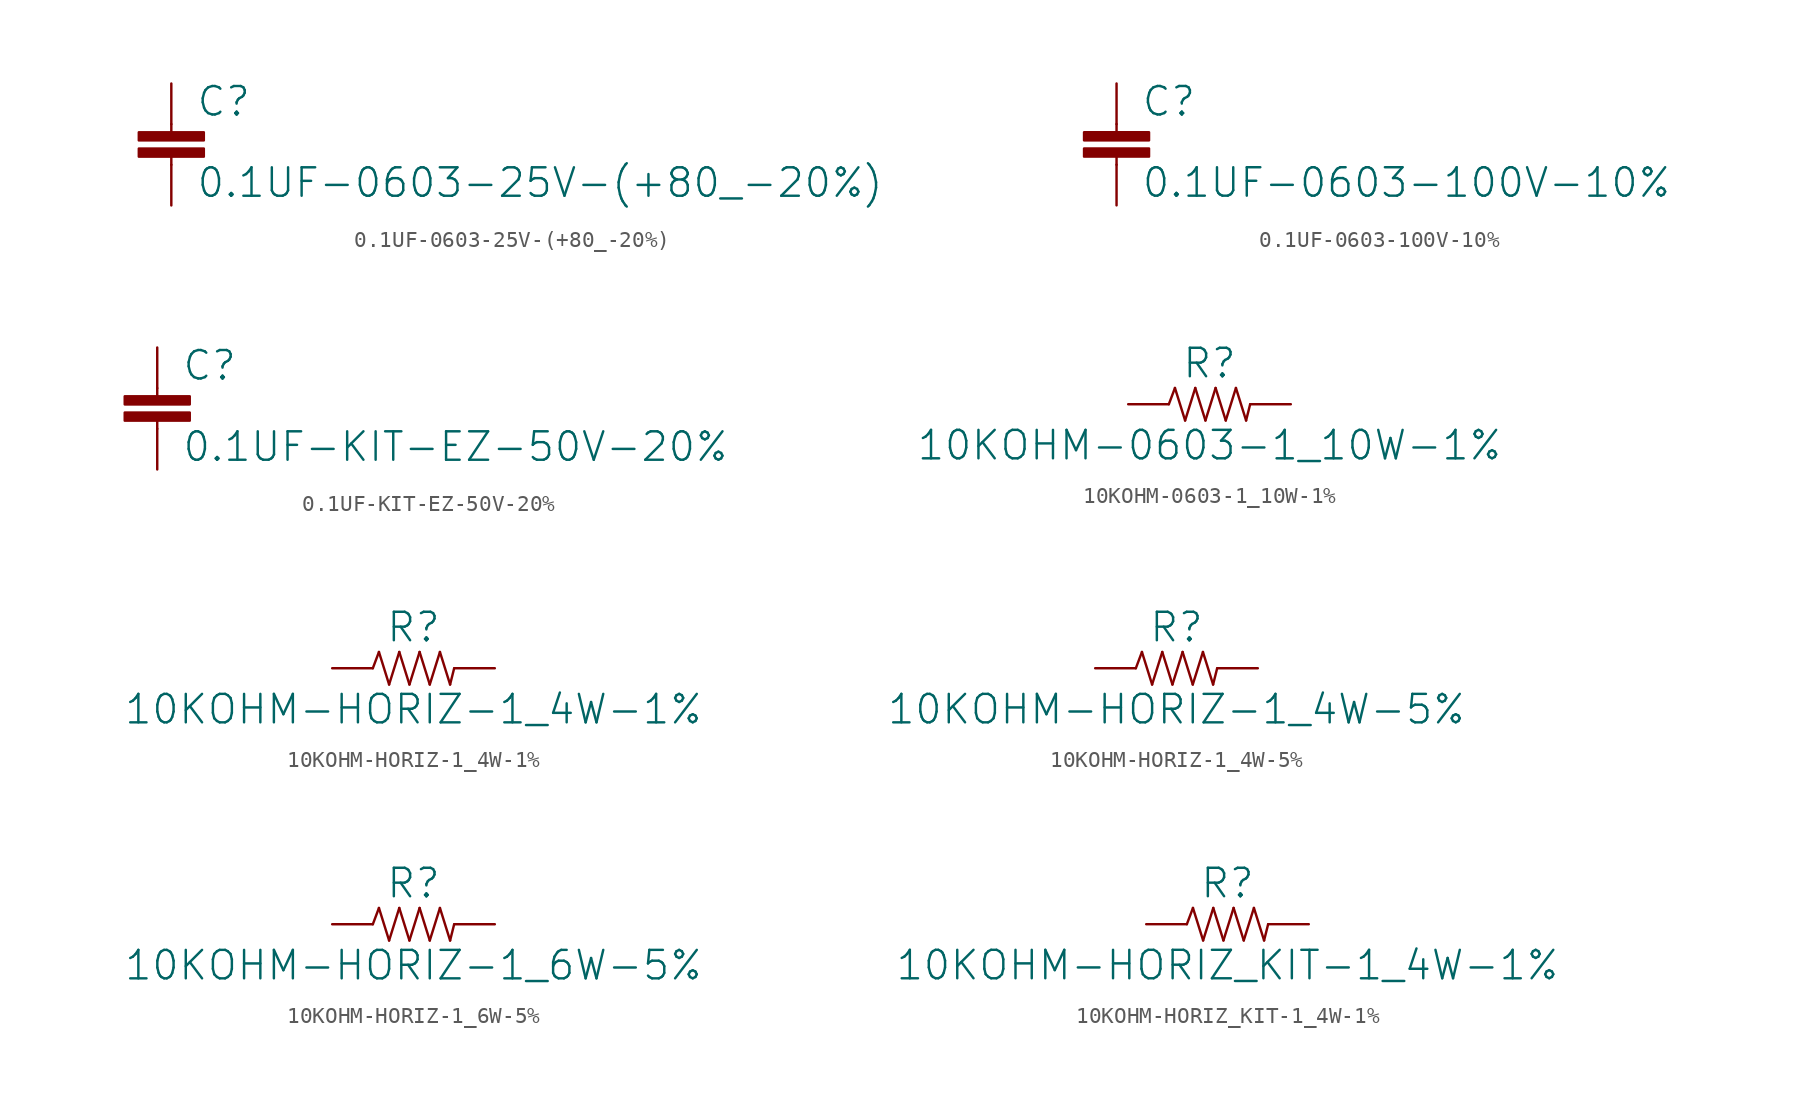
<source format=kicad_sym>
(kicad_symbol_lib
  (version 20211014)
  (generator kicad_symbol_editor)
  (symbol "0.1UF-0603-25V-(+80_-20%)"
    (pin_names
      (offset 1.016))
    (property "Reference" "C"
      (at 1.524 2.921 0)
      (effects (font (size 1.778 1.778)) (justify left bottom)))
    (property "Value" "0.1UF-0603-25V-(+80_-20%)"
      (at 1.524 -2.159 0)
      (effects (font (size 1.778 1.778)) (justify left bottom)))
    (property "ki_locked" ""
      (at 0 0 0)
      (effects (font (size 1.27 1.27))))
    (symbol "0.1UF-0603-25V-(+80_-20%)_1_0"
      (rectangle (start -2.032 0.508) (end 2.032 1.016) (stroke (width 0) (type default) (color 0 0 0 0)) (fill (type outline)))
      (rectangle (start -2.032 1.524) (end 2.032 2.032) (stroke (width 0) (type default) (color 0 0 0 0)) (fill (type outline)))
      (polyline (pts (xy 0 0) (xy 0 0.508)) (stroke (width 0) (type default) (color 0 0 0 0)) (fill (type none)))
      (polyline (pts (xy 0 2.54) (xy 0 2.032)) (stroke (width 0) (type default) (color 0 0 0 0)) (fill (type none)))
      (pin passive line (at 0 5.08 270) (length 2.54) (name "1" (effects (font (size 0 0)))) (number "1" (effects (font (size 0 0)))))
      (pin passive line (at 0 -2.54 90) (length 2.54) (name "2" (effects (font (size 0 0)))) (number "2" (effects (font (size 0 0)))))))
  (symbol "0.1UF-0603-100V-10%"
    (pin_names
      (offset 1.016))
    (property "Reference" "C"
      (at 1.524 2.921 0)
      (effects (font (size 1.778 1.778)) (justify left bottom)))
    (property "Value" "0.1UF-0603-100V-10%"
      (at 1.524 -2.159 0)
      (effects (font (size 1.778 1.778)) (justify left bottom)))
    (property "ki_locked" ""
      (at 0 0 0)
      (effects (font (size 1.27 1.27))))
    (symbol "0.1UF-0603-100V-10%_1_0"
      (rectangle (start -2.032 0.508) (end 2.032 1.016) (stroke (width 0) (type default) (color 0 0 0 0)) (fill (type outline)))
      (rectangle (start -2.032 1.524) (end 2.032 2.032) (stroke (width 0) (type default) (color 0 0 0 0)) (fill (type outline)))
      (polyline (pts (xy 0 0) (xy 0 0.508)) (stroke (width 0) (type default) (color 0 0 0 0)) (fill (type none)))
      (polyline (pts (xy 0 2.54) (xy 0 2.032)) (stroke (width 0) (type default) (color 0 0 0 0)) (fill (type none)))
      (pin passive line (at 0 5.08 270) (length 2.54) (name "1" (effects (font (size 0 0)))) (number "1" (effects (font (size 0 0)))))
      (pin passive line (at 0 -2.54 90) (length 2.54) (name "2" (effects (font (size 0 0)))) (number "2" (effects (font (size 0 0)))))))
  (symbol "0.1UF-KIT-EZ-50V-20%"
    (pin_names
      (offset 1.016))
    (property "Reference" "C"
      (at 1.524 2.921 0)
      (effects (font (size 1.778 1.778)) (justify left bottom)))
    (property "Value" "0.1UF-KIT-EZ-50V-20%"
      (at 1.524 -2.159 0)
      (effects (font (size 1.778 1.778)) (justify left bottom)))
    (property "ki_locked" ""
      (at 0 0 0)
      (effects (font (size 1.27 1.27))))
    (symbol "0.1UF-KIT-EZ-50V-20%_1_0"
      (rectangle (start -2.032 0.508) (end 2.032 1.016) (stroke (width 0) (type default) (color 0 0 0 0)) (fill (type outline)))
      (rectangle (start -2.032 1.524) (end 2.032 2.032) (stroke (width 0) (type default) (color 0 0 0 0)) (fill (type outline)))
      (polyline (pts (xy 0 0) (xy 0 0.508)) (stroke (width 0) (type default) (color 0 0 0 0)) (fill (type none)))
      (polyline (pts (xy 0 2.54) (xy 0 2.032)) (stroke (width 0) (type default) (color 0 0 0 0)) (fill (type none)))
      (pin passive line (at 0 5.08 270) (length 2.54) (name "1" (effects (font (size 0 0)))) (number "1" (effects (font (size 0 0)))))
      (pin passive line (at 0 -2.54 90) (length 2.54) (name "2" (effects (font (size 0 0)))) (number "2" (effects (font (size 0 0)))))))
  (symbol "10KOHM-0603-1_10W-1%"
    (pin_names
      (offset 1.016))
    (property "Reference" "R"
      (at 0 1.524 0)
      (effects (font (size 1.778 1.778)) (justify bottom)))
    (property "Value" "10KOHM-0603-1_10W-1%"
      (at 0 -1.524 0)
      (effects (font (size 1.778 1.778)) (justify top)))
    (property "ki_locked" ""
      (at 0 0 0)
      (effects (font (size 1.27 1.27))))
    (symbol "10KOHM-0603-1_10W-1%_1_0"
      (polyline (pts (xy -2.54 0) (xy -2.159 1.016)) (stroke (width 0) (type default) (color 0 0 0 0)) (fill (type none)))
      (polyline (pts (xy -2.159 1.016) (xy -1.524 -1.016)) (stroke (width 0) (type default) (color 0 0 0 0)) (fill (type none)))
      (polyline (pts (xy -1.524 -1.016) (xy -0.889 1.016)) (stroke (width 0) (type default) (color 0 0 0 0)) (fill (type none)))
      (polyline (pts (xy -0.889 1.016) (xy -0.254 -1.016)) (stroke (width 0) (type default) (color 0 0 0 0)) (fill (type none)))
      (polyline (pts (xy -0.254 -1.016) (xy 0.381 1.016)) (stroke (width 0) (type default) (color 0 0 0 0)) (fill (type none)))
      (polyline (pts (xy 0.381 1.016) (xy 1.016 -1.016)) (stroke (width 0) (type default) (color 0 0 0 0)) (fill (type none)))
      (polyline (pts (xy 1.016 -1.016) (xy 1.651 1.016)) (stroke (width 0) (type default) (color 0 0 0 0)) (fill (type none)))
      (polyline (pts (xy 1.651 1.016) (xy 2.286 -1.016)) (stroke (width 0) (type default) (color 0 0 0 0)) (fill (type none)))
      (polyline (pts (xy 2.286 -1.016) (xy 2.54 0)) (stroke (width 0) (type default) (color 0 0 0 0)) (fill (type none)))
      (pin passive line (at -5.08 0 0) (length 2.54) (name "1" (effects (font (size 0 0)))) (number "1" (effects (font (size 0 0)))))
      (pin passive line (at 5.08 0 180) (length 2.54) (name "2" (effects (font (size 0 0)))) (number "2" (effects (font (size 0 0)))))))
  (symbol "10KOHM-HORIZ-1_4W-1%"
    (pin_names
      (offset 1.016))
    (property "Reference" "R"
      (at 0 1.524 0)
      (effects (font (size 1.778 1.778)) (justify bottom)))
    (property "Value" "10KOHM-HORIZ-1_4W-1%"
      (at 0 -1.524 0)
      (effects (font (size 1.778 1.778)) (justify top)))
    (property "ki_locked" ""
      (at 0 0 0)
      (effects (font (size 1.27 1.27))))
    (symbol "10KOHM-HORIZ-1_4W-1%_1_0"
      (polyline (pts (xy -2.54 0) (xy -2.159 1.016)) (stroke (width 0) (type default) (color 0 0 0 0)) (fill (type none)))
      (polyline (pts (xy -2.159 1.016) (xy -1.524 -1.016)) (stroke (width 0) (type default) (color 0 0 0 0)) (fill (type none)))
      (polyline (pts (xy -1.524 -1.016) (xy -0.889 1.016)) (stroke (width 0) (type default) (color 0 0 0 0)) (fill (type none)))
      (polyline (pts (xy -0.889 1.016) (xy -0.254 -1.016)) (stroke (width 0) (type default) (color 0 0 0 0)) (fill (type none)))
      (polyline (pts (xy -0.254 -1.016) (xy 0.381 1.016)) (stroke (width 0) (type default) (color 0 0 0 0)) (fill (type none)))
      (polyline (pts (xy 0.381 1.016) (xy 1.016 -1.016)) (stroke (width 0) (type default) (color 0 0 0 0)) (fill (type none)))
      (polyline (pts (xy 1.016 -1.016) (xy 1.651 1.016)) (stroke (width 0) (type default) (color 0 0 0 0)) (fill (type none)))
      (polyline (pts (xy 1.651 1.016) (xy 2.286 -1.016)) (stroke (width 0) (type default) (color 0 0 0 0)) (fill (type none)))
      (polyline (pts (xy 2.286 -1.016) (xy 2.54 0)) (stroke (width 0) (type default) (color 0 0 0 0)) (fill (type none)))
      (pin passive line (at -5.08 0 0) (length 2.54) (name "1" (effects (font (size 0 0)))) (number "P$1" (effects (font (size 0 0)))))
      (pin passive line (at 5.08 0 180) (length 2.54) (name "2" (effects (font (size 0 0)))) (number "P$2" (effects (font (size 0 0)))))))
  (symbol "10KOHM-HORIZ-1_4W-5%"
    (pin_names
      (offset 1.016))
    (property "Reference" "R"
      (at 0 1.524 0)
      (effects (font (size 1.778 1.778)) (justify bottom)))
    (property "Value" "10KOHM-HORIZ-1_4W-5%"
      (at 0 -1.524 0)
      (effects (font (size 1.778 1.778)) (justify top)))
    (property "ki_locked" ""
      (at 0 0 0)
      (effects (font (size 1.27 1.27))))
    (symbol "10KOHM-HORIZ-1_4W-5%_1_0"
      (polyline (pts (xy -2.54 0) (xy -2.159 1.016)) (stroke (width 0) (type default) (color 0 0 0 0)) (fill (type none)))
      (polyline (pts (xy -2.159 1.016) (xy -1.524 -1.016)) (stroke (width 0) (type default) (color 0 0 0 0)) (fill (type none)))
      (polyline (pts (xy -1.524 -1.016) (xy -0.889 1.016)) (stroke (width 0) (type default) (color 0 0 0 0)) (fill (type none)))
      (polyline (pts (xy -0.889 1.016) (xy -0.254 -1.016)) (stroke (width 0) (type default) (color 0 0 0 0)) (fill (type none)))
      (polyline (pts (xy -0.254 -1.016) (xy 0.381 1.016)) (stroke (width 0) (type default) (color 0 0 0 0)) (fill (type none)))
      (polyline (pts (xy 0.381 1.016) (xy 1.016 -1.016)) (stroke (width 0) (type default) (color 0 0 0 0)) (fill (type none)))
      (polyline (pts (xy 1.016 -1.016) (xy 1.651 1.016)) (stroke (width 0) (type default) (color 0 0 0 0)) (fill (type none)))
      (polyline (pts (xy 1.651 1.016) (xy 2.286 -1.016)) (stroke (width 0) (type default) (color 0 0 0 0)) (fill (type none)))
      (polyline (pts (xy 2.286 -1.016) (xy 2.54 0)) (stroke (width 0) (type default) (color 0 0 0 0)) (fill (type none)))
      (pin passive line (at -5.08 0 0) (length 2.54) (name "1" (effects (font (size 0 0)))) (number "P$1" (effects (font (size 0 0)))))
      (pin passive line (at 5.08 0 180) (length 2.54) (name "2" (effects (font (size 0 0)))) (number "P$2" (effects (font (size 0 0)))))))
  (symbol "10KOHM-HORIZ-1_6W-5%"
    (pin_names
      (offset 1.016))
    (property "Reference" "R"
      (at 0 1.524 0)
      (effects (font (size 1.778 1.778)) (justify bottom)))
    (property "Value" "10KOHM-HORIZ-1_6W-5%"
      (at 0 -1.524 0)
      (effects (font (size 1.778 1.778)) (justify top)))
    (property "ki_locked" ""
      (at 0 0 0)
      (effects (font (size 1.27 1.27))))
    (symbol "10KOHM-HORIZ-1_6W-5%_1_0"
      (polyline (pts (xy -2.54 0) (xy -2.159 1.016)) (stroke (width 0) (type default) (color 0 0 0 0)) (fill (type none)))
      (polyline (pts (xy -2.159 1.016) (xy -1.524 -1.016)) (stroke (width 0) (type default) (color 0 0 0 0)) (fill (type none)))
      (polyline (pts (xy -1.524 -1.016) (xy -0.889 1.016)) (stroke (width 0) (type default) (color 0 0 0 0)) (fill (type none)))
      (polyline (pts (xy -0.889 1.016) (xy -0.254 -1.016)) (stroke (width 0) (type default) (color 0 0 0 0)) (fill (type none)))
      (polyline (pts (xy -0.254 -1.016) (xy 0.381 1.016)) (stroke (width 0) (type default) (color 0 0 0 0)) (fill (type none)))
      (polyline (pts (xy 0.381 1.016) (xy 1.016 -1.016)) (stroke (width 0) (type default) (color 0 0 0 0)) (fill (type none)))
      (polyline (pts (xy 1.016 -1.016) (xy 1.651 1.016)) (stroke (width 0) (type default) (color 0 0 0 0)) (fill (type none)))
      (polyline (pts (xy 1.651 1.016) (xy 2.286 -1.016)) (stroke (width 0) (type default) (color 0 0 0 0)) (fill (type none)))
      (polyline (pts (xy 2.286 -1.016) (xy 2.54 0)) (stroke (width 0) (type default) (color 0 0 0 0)) (fill (type none)))
      (pin passive line (at -5.08 0 0) (length 2.54) (name "1" (effects (font (size 0 0)))) (number "P$1" (effects (font (size 0 0)))))
      (pin passive line (at 5.08 0 180) (length 2.54) (name "2" (effects (font (size 0 0)))) (number "P$2" (effects (font (size 0 0)))))))
  (symbol "10KOHM-HORIZ_KIT-1_4W-1%"
    (pin_names
      (offset 1.016))
    (property "Reference" "R"
      (at 0 1.524 0)
      (effects (font (size 1.778 1.778)) (justify bottom)))
    (property "Value" "10KOHM-HORIZ_KIT-1_4W-1%"
      (at 0 -1.524 0)
      (effects (font (size 1.778 1.778)) (justify top)))
    (property "ki_locked" ""
      (at 0 0 0)
      (effects (font (size 1.27 1.27))))
    (symbol "10KOHM-HORIZ_KIT-1_4W-1%_1_0"
      (polyline (pts (xy -2.54 0) (xy -2.159 1.016)) (stroke (width 0) (type default) (color 0 0 0 0)) (fill (type none)))
      (polyline (pts (xy -2.159 1.016) (xy -1.524 -1.016)) (stroke (width 0) (type default) (color 0 0 0 0)) (fill (type none)))
      (polyline (pts (xy -1.524 -1.016) (xy -0.889 1.016)) (stroke (width 0) (type default) (color 0 0 0 0)) (fill (type none)))
      (polyline (pts (xy -0.889 1.016) (xy -0.254 -1.016)) (stroke (width 0) (type default) (color 0 0 0 0)) (fill (type none)))
      (polyline (pts (xy -0.254 -1.016) (xy 0.381 1.016)) (stroke (width 0) (type default) (color 0 0 0 0)) (fill (type none)))
      (polyline (pts (xy 0.381 1.016) (xy 1.016 -1.016)) (stroke (width 0) (type default) (color 0 0 0 0)) (fill (type none)))
      (polyline (pts (xy 1.016 -1.016) (xy 1.651 1.016)) (stroke (width 0) (type default) (color 0 0 0 0)) (fill (type none)))
      (polyline (pts (xy 1.651 1.016) (xy 2.286 -1.016)) (stroke (width 0) (type default) (color 0 0 0 0)) (fill (type none)))
      (polyline (pts (xy 2.286 -1.016) (xy 2.54 0)) (stroke (width 0) (type default) (color 0 0 0 0)) (fill (type none)))
      (pin passive line (at -5.08 0 0) (length 2.54) (name "1" (effects (font (size 0 0)))) (number "P$1" (effects (font (size 0 0)))))
      (pin passive line (at 5.08 0 180) (length 2.54) (name "2" (effects (font (size 0 0)))) (number "P$2" (effects (font (size 0 0))))))))
</source>
